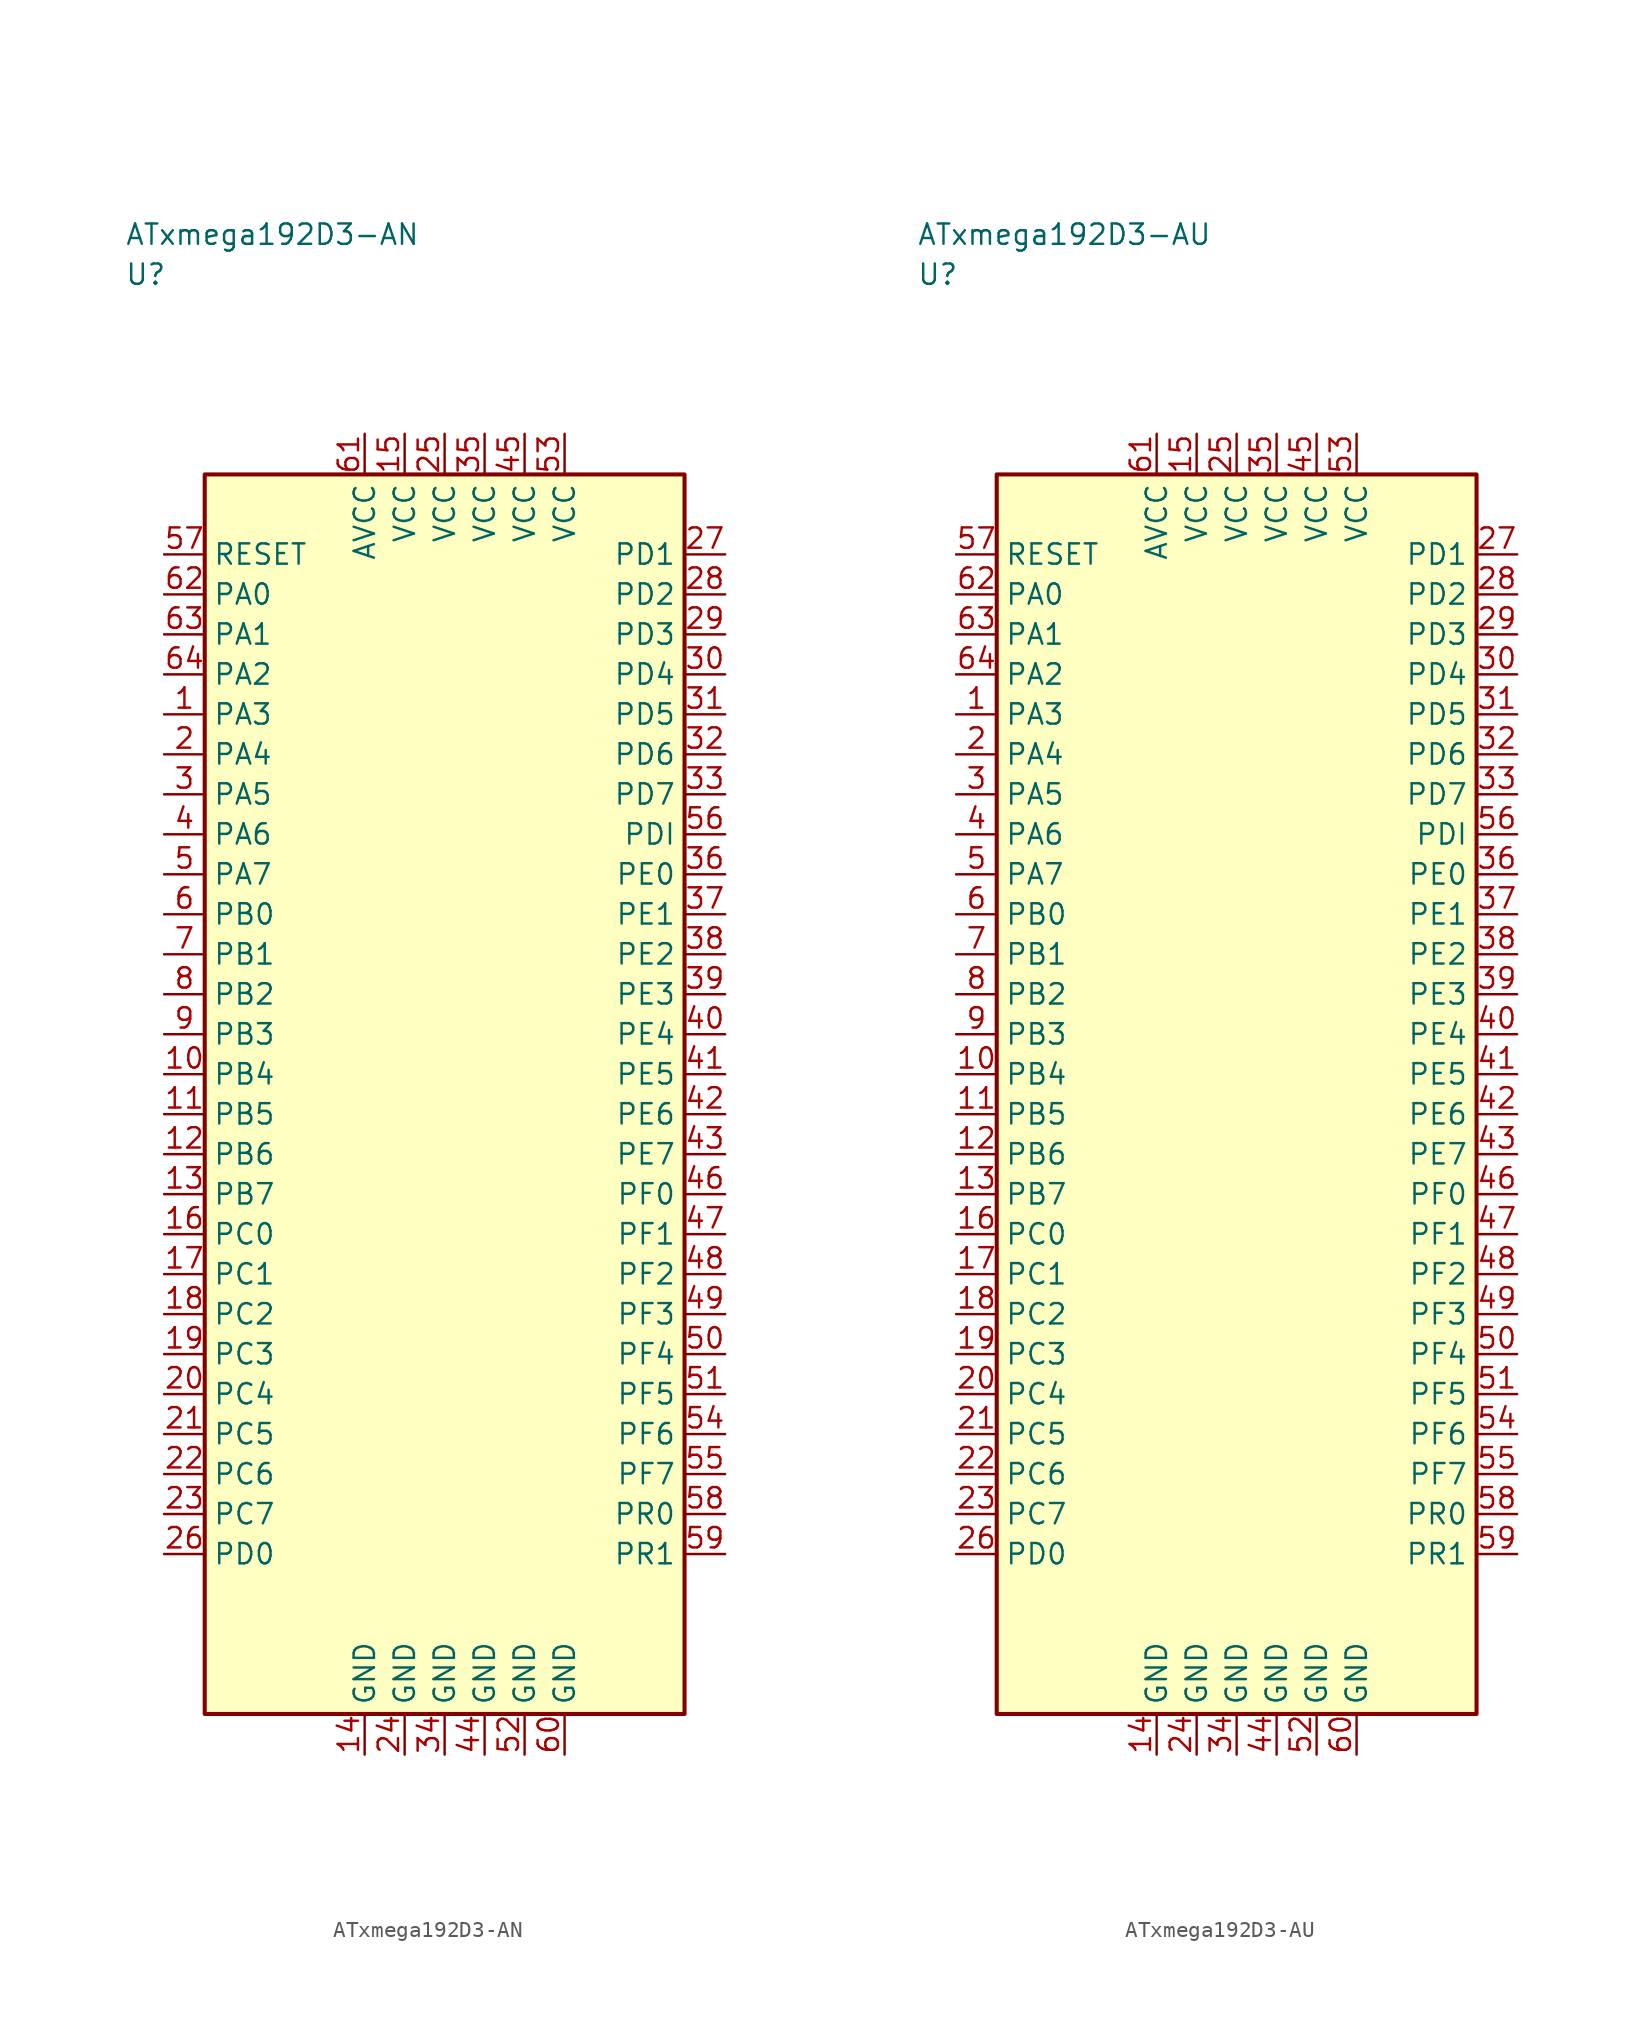
<source format=kicad_sym>
(kicad_symbol_lib
  (version 20241025)
  (generator "kicad_symbol_editor")
  (generator_version "8.0")
  (symbol "ATxmega192D3-AN"
    (property "Reference" "U"
      (at -20.0 51.25 0)
      (effects (font (size 1.27 1.27)) (justify left)))
    (property "Value" "ATxmega192D3-AN"
      (at -20.0 53.75 0)
      (effects (font (size 1.27 1.27)) (justify left)))
    (symbol "ATxmega192D3-AN_0_1"
      (rectangle (start -15.0 38.75) (end 15.0 -38.75) (stroke (width 0.254) (type default)) (fill (type background))))
    (symbol "ATxmega192D3-AN_1_1"
      (pin bidirectional line (at -17.54 23.75 0.0) (length 2.54) (name "PA3" (effects (font (size 1.27 1.27)))) (number "1" (effects (font (size 1.27 1.27)))))
      (pin bidirectional line (at -17.54 21.25 0.0) (length 2.54) (name "PA4" (effects (font (size 1.27 1.27)))) (number "2" (effects (font (size 1.27 1.27)))))
      (pin bidirectional line (at -17.54 18.75 0.0) (length 2.54) (name "PA5" (effects (font (size 1.27 1.27)))) (number "3" (effects (font (size 1.27 1.27)))))
      (pin bidirectional line (at -17.54 16.25 0.0) (length 2.54) (name "PA6" (effects (font (size 1.27 1.27)))) (number "4" (effects (font (size 1.27 1.27)))))
      (pin bidirectional line (at -17.54 13.75 0.0) (length 2.54) (name "PA7" (effects (font (size 1.27 1.27)))) (number "5" (effects (font (size 1.27 1.27)))))
      (pin bidirectional line (at -17.54 11.25 0.0) (length 2.54) (name "PB0" (effects (font (size 1.27 1.27)))) (number "6" (effects (font (size 1.27 1.27)))))
      (pin bidirectional line (at -17.54 8.75 0.0) (length 2.54) (name "PB1" (effects (font (size 1.27 1.27)))) (number "7" (effects (font (size 1.27 1.27)))))
      (pin bidirectional line (at -17.54 6.25 0.0) (length 2.54) (name "PB2" (effects (font (size 1.27 1.27)))) (number "8" (effects (font (size 1.27 1.27)))))
      (pin bidirectional line (at -17.54 3.75 0.0) (length 2.54) (name "PB3" (effects (font (size 1.27 1.27)))) (number "9" (effects (font (size 1.27 1.27)))))
      (pin bidirectional line (at -17.54 1.25 0.0) (length 2.54) (name "PB4" (effects (font (size 1.27 1.27)))) (number "10" (effects (font (size 1.27 1.27)))))
      (pin bidirectional line (at -17.54 -1.25 0.0) (length 2.54) (name "PB5" (effects (font (size 1.27 1.27)))) (number "11" (effects (font (size 1.27 1.27)))))
      (pin bidirectional line (at -17.54 -3.75 0.0) (length 2.54) (name "PB6" (effects (font (size 1.27 1.27)))) (number "12" (effects (font (size 1.27 1.27)))))
      (pin bidirectional line (at -17.54 -6.25 0.0) (length 2.54) (name "PB7" (effects (font (size 1.27 1.27)))) (number "13" (effects (font (size 1.27 1.27)))))
      (pin passive line (at -5.0 -41.29 90.0) (length 2.54) (name "GND" (effects (font (size 1.27 1.27)))) (number "14" (effects (font (size 1.27 1.27)))))
      (pin power_in line (at -2.5 41.29 270.0) (length 2.54) (name "VCC" (effects (font (size 1.27 1.27)))) (number "15" (effects (font (size 1.27 1.27)))))
      (pin bidirectional line (at -17.54 -8.75 0.0) (length 2.54) (name "PC0" (effects (font (size 1.27 1.27)))) (number "16" (effects (font (size 1.27 1.27)))))
      (pin bidirectional line (at -17.54 -11.25 0.0) (length 2.54) (name "PC1" (effects (font (size 1.27 1.27)))) (number "17" (effects (font (size 1.27 1.27)))))
      (pin bidirectional line (at -17.54 -13.75 0.0) (length 2.54) (name "PC2" (effects (font (size 1.27 1.27)))) (number "18" (effects (font (size 1.27 1.27)))))
      (pin bidirectional line (at -17.54 -16.25 0.0) (length 2.54) (name "PC3" (effects (font (size 1.27 1.27)))) (number "19" (effects (font (size 1.27 1.27)))))
      (pin bidirectional line (at -17.54 -18.75 0.0) (length 2.54) (name "PC4" (effects (font (size 1.27 1.27)))) (number "20" (effects (font (size 1.27 1.27)))))
      (pin bidirectional line (at -17.54 -21.25 0.0) (length 2.54) (name "PC5" (effects (font (size 1.27 1.27)))) (number "21" (effects (font (size 1.27 1.27)))))
      (pin bidirectional line (at -17.54 -23.75 0.0) (length 2.54) (name "PC6" (effects (font (size 1.27 1.27)))) (number "22" (effects (font (size 1.27 1.27)))))
      (pin bidirectional line (at -17.54 -26.25 0.0) (length 2.54) (name "PC7" (effects (font (size 1.27 1.27)))) (number "23" (effects (font (size 1.27 1.27)))))
      (pin passive line (at -2.5 -41.29 90.0) (length 2.54) (name "GND" (effects (font (size 1.27 1.27)))) (number "24" (effects (font (size 1.27 1.27)))))
      (pin power_in line (at 0.0 41.29 270.0) (length 2.54) (name "VCC" (effects (font (size 1.27 1.27)))) (number "25" (effects (font (size 1.27 1.27)))))
      (pin bidirectional line (at -17.54 -28.75 0.0) (length 2.54) (name "PD0" (effects (font (size 1.27 1.27)))) (number "26" (effects (font (size 1.27 1.27)))))
      (pin bidirectional line (at 17.54 33.75 180.0) (length 2.54) (name "PD1" (effects (font (size 1.27 1.27)))) (number "27" (effects (font (size 1.27 1.27)))))
      (pin bidirectional line (at 17.54 31.25 180.0) (length 2.54) (name "PD2" (effects (font (size 1.27 1.27)))) (number "28" (effects (font (size 1.27 1.27)))))
      (pin bidirectional line (at 17.54 28.75 180.0) (length 2.54) (name "PD3" (effects (font (size 1.27 1.27)))) (number "29" (effects (font (size 1.27 1.27)))))
      (pin bidirectional line (at 17.54 26.25 180.0) (length 2.54) (name "PD4" (effects (font (size 1.27 1.27)))) (number "30" (effects (font (size 1.27 1.27)))))
      (pin bidirectional line (at 17.54 23.75 180.0) (length 2.54) (name "PD5" (effects (font (size 1.27 1.27)))) (number "31" (effects (font (size 1.27 1.27)))))
      (pin bidirectional line (at 17.54 21.25 180.0) (length 2.54) (name "PD6" (effects (font (size 1.27 1.27)))) (number "32" (effects (font (size 1.27 1.27)))))
      (pin bidirectional line (at 17.54 18.75 180.0) (length 2.54) (name "PD7" (effects (font (size 1.27 1.27)))) (number "33" (effects (font (size 1.27 1.27)))))
      (pin passive line (at 0.0 -41.29 90.0) (length 2.54) (name "GND" (effects (font (size 1.27 1.27)))) (number "34" (effects (font (size 1.27 1.27)))))
      (pin power_in line (at 2.5 41.29 270.0) (length 2.54) (name "VCC" (effects (font (size 1.27 1.27)))) (number "35" (effects (font (size 1.27 1.27)))))
      (pin bidirectional line (at 17.54 13.75 180.0) (length 2.54) (name "PE0" (effects (font (size 1.27 1.27)))) (number "36" (effects (font (size 1.27 1.27)))))
      (pin bidirectional line (at 17.54 11.25 180.0) (length 2.54) (name "PE1" (effects (font (size 1.27 1.27)))) (number "37" (effects (font (size 1.27 1.27)))))
      (pin bidirectional line (at 17.54 8.75 180.0) (length 2.54) (name "PE2" (effects (font (size 1.27 1.27)))) (number "38" (effects (font (size 1.27 1.27)))))
      (pin bidirectional line (at 17.54 6.25 180.0) (length 2.54) (name "PE3" (effects (font (size 1.27 1.27)))) (number "39" (effects (font (size 1.27 1.27)))))
      (pin bidirectional line (at 17.54 3.75 180.0) (length 2.54) (name "PE4" (effects (font (size 1.27 1.27)))) (number "40" (effects (font (size 1.27 1.27)))))
      (pin bidirectional line (at 17.54 1.25 180.0) (length 2.54) (name "PE5" (effects (font (size 1.27 1.27)))) (number "41" (effects (font (size 1.27 1.27)))))
      (pin bidirectional line (at 17.54 -1.25 180.0) (length 2.54) (name "PE6" (effects (font (size 1.27 1.27)))) (number "42" (effects (font (size 1.27 1.27)))))
      (pin bidirectional line (at 17.54 -3.75 180.0) (length 2.54) (name "PE7" (effects (font (size 1.27 1.27)))) (number "43" (effects (font (size 1.27 1.27)))))
      (pin passive line (at 2.5 -41.29 90.0) (length 2.54) (name "GND" (effects (font (size 1.27 1.27)))) (number "44" (effects (font (size 1.27 1.27)))))
      (pin power_in line (at 5.0 41.29 270.0) (length 2.54) (name "VCC" (effects (font (size 1.27 1.27)))) (number "45" (effects (font (size 1.27 1.27)))))
      (pin bidirectional line (at 17.54 -6.25 180.0) (length 2.54) (name "PF0" (effects (font (size 1.27 1.27)))) (number "46" (effects (font (size 1.27 1.27)))))
      (pin bidirectional line (at 17.54 -8.75 180.0) (length 2.54) (name "PF1" (effects (font (size 1.27 1.27)))) (number "47" (effects (font (size 1.27 1.27)))))
      (pin bidirectional line (at 17.54 -11.25 180.0) (length 2.54) (name "PF2" (effects (font (size 1.27 1.27)))) (number "48" (effects (font (size 1.27 1.27)))))
      (pin bidirectional line (at 17.54 -13.75 180.0) (length 2.54) (name "PF3" (effects (font (size 1.27 1.27)))) (number "49" (effects (font (size 1.27 1.27)))))
      (pin bidirectional line (at 17.54 -16.25 180.0) (length 2.54) (name "PF4" (effects (font (size 1.27 1.27)))) (number "50" (effects (font (size 1.27 1.27)))))
      (pin bidirectional line (at 17.54 -18.75 180.0) (length 2.54) (name "PF5" (effects (font (size 1.27 1.27)))) (number "51" (effects (font (size 1.27 1.27)))))
      (pin passive line (at 5.0 -41.29 90.0) (length 2.54) (name "GND" (effects (font (size 1.27 1.27)))) (number "52" (effects (font (size 1.27 1.27)))))
      (pin power_in line (at 7.5 41.29 270.0) (length 2.54) (name "VCC" (effects (font (size 1.27 1.27)))) (number "53" (effects (font (size 1.27 1.27)))))
      (pin bidirectional line (at 17.54 -21.25 180.0) (length 2.54) (name "PF6" (effects (font (size 1.27 1.27)))) (number "54" (effects (font (size 1.27 1.27)))))
      (pin bidirectional line (at 17.54 -23.75 180.0) (length 2.54) (name "PF7" (effects (font (size 1.27 1.27)))) (number "55" (effects (font (size 1.27 1.27)))))
      (pin bidirectional line (at 17.54 16.25 180.0) (length 2.54) (name "PDI" (effects (font (size 1.27 1.27)))) (number "56" (effects (font (size 1.27 1.27)))))
      (pin input line (at -17.54 33.75 0.0) (length 2.54) (name "RESET" (effects (font (size 1.27 1.27)))) (number "57" (effects (font (size 1.27 1.27)))))
      (pin bidirectional line (at 17.54 -26.25 180.0) (length 2.54) (name "PR0" (effects (font (size 1.27 1.27)))) (number "58" (effects (font (size 1.27 1.27)))))
      (pin bidirectional line (at 17.54 -28.75 180.0) (length 2.54) (name "PR1" (effects (font (size 1.27 1.27)))) (number "59" (effects (font (size 1.27 1.27)))))
      (pin passive line (at 7.5 -41.29 90.0) (length 2.54) (name "GND" (effects (font (size 1.27 1.27)))) (number "60" (effects (font (size 1.27 1.27)))))
      (pin power_in line (at -5.0 41.29 270.0) (length 2.54) (name "AVCC" (effects (font (size 1.27 1.27)))) (number "61" (effects (font (size 1.27 1.27)))))
      (pin bidirectional line (at -17.54 31.25 0.0) (length 2.54) (name "PA0" (effects (font (size 1.27 1.27)))) (number "62" (effects (font (size 1.27 1.27)))))
      (pin bidirectional line (at -17.54 28.75 0.0) (length 2.54) (name "PA1" (effects (font (size 1.27 1.27)))) (number "63" (effects (font (size 1.27 1.27)))))
      (pin bidirectional line (at -17.54 26.25 0.0) (length 2.54) (name "PA2" (effects (font (size 1.27 1.27)))) (number "64" (effects (font (size 1.27 1.27)))))))
  (symbol "ATxmega192D3-AU"
    (property "Reference" "U"
      (at -20.0 51.25 0)
      (effects (font (size 1.27 1.27)) (justify left)))
    (property "Value" "ATxmega192D3-AU"
      (at -20.0 53.75 0)
      (effects (font (size 1.27 1.27)) (justify left)))
    (symbol "ATxmega192D3-AU_0_1"
      (rectangle (start -15.0 38.75) (end 15.0 -38.75) (stroke (width 0.254) (type default)) (fill (type background))))
    (symbol "ATxmega192D3-AU_1_1"
      (pin bidirectional line (at -17.54 23.75 0.0) (length 2.54) (name "PA3" (effects (font (size 1.27 1.27)))) (number "1" (effects (font (size 1.27 1.27)))))
      (pin bidirectional line (at -17.54 21.25 0.0) (length 2.54) (name "PA4" (effects (font (size 1.27 1.27)))) (number "2" (effects (font (size 1.27 1.27)))))
      (pin bidirectional line (at -17.54 18.75 0.0) (length 2.54) (name "PA5" (effects (font (size 1.27 1.27)))) (number "3" (effects (font (size 1.27 1.27)))))
      (pin bidirectional line (at -17.54 16.25 0.0) (length 2.54) (name "PA6" (effects (font (size 1.27 1.27)))) (number "4" (effects (font (size 1.27 1.27)))))
      (pin bidirectional line (at -17.54 13.75 0.0) (length 2.54) (name "PA7" (effects (font (size 1.27 1.27)))) (number "5" (effects (font (size 1.27 1.27)))))
      (pin bidirectional line (at -17.54 11.25 0.0) (length 2.54) (name "PB0" (effects (font (size 1.27 1.27)))) (number "6" (effects (font (size 1.27 1.27)))))
      (pin bidirectional line (at -17.54 8.75 0.0) (length 2.54) (name "PB1" (effects (font (size 1.27 1.27)))) (number "7" (effects (font (size 1.27 1.27)))))
      (pin bidirectional line (at -17.54 6.25 0.0) (length 2.54) (name "PB2" (effects (font (size 1.27 1.27)))) (number "8" (effects (font (size 1.27 1.27)))))
      (pin bidirectional line (at -17.54 3.75 0.0) (length 2.54) (name "PB3" (effects (font (size 1.27 1.27)))) (number "9" (effects (font (size 1.27 1.27)))))
      (pin bidirectional line (at -17.54 1.25 0.0) (length 2.54) (name "PB4" (effects (font (size 1.27 1.27)))) (number "10" (effects (font (size 1.27 1.27)))))
      (pin bidirectional line (at -17.54 -1.25 0.0) (length 2.54) (name "PB5" (effects (font (size 1.27 1.27)))) (number "11" (effects (font (size 1.27 1.27)))))
      (pin bidirectional line (at -17.54 -3.75 0.0) (length 2.54) (name "PB6" (effects (font (size 1.27 1.27)))) (number "12" (effects (font (size 1.27 1.27)))))
      (pin bidirectional line (at -17.54 -6.25 0.0) (length 2.54) (name "PB7" (effects (font (size 1.27 1.27)))) (number "13" (effects (font (size 1.27 1.27)))))
      (pin passive line (at -5.0 -41.29 90.0) (length 2.54) (name "GND" (effects (font (size 1.27 1.27)))) (number "14" (effects (font (size 1.27 1.27)))))
      (pin power_in line (at -2.5 41.29 270.0) (length 2.54) (name "VCC" (effects (font (size 1.27 1.27)))) (number "15" (effects (font (size 1.27 1.27)))))
      (pin bidirectional line (at -17.54 -8.75 0.0) (length 2.54) (name "PC0" (effects (font (size 1.27 1.27)))) (number "16" (effects (font (size 1.27 1.27)))))
      (pin bidirectional line (at -17.54 -11.25 0.0) (length 2.54) (name "PC1" (effects (font (size 1.27 1.27)))) (number "17" (effects (font (size 1.27 1.27)))))
      (pin bidirectional line (at -17.54 -13.75 0.0) (length 2.54) (name "PC2" (effects (font (size 1.27 1.27)))) (number "18" (effects (font (size 1.27 1.27)))))
      (pin bidirectional line (at -17.54 -16.25 0.0) (length 2.54) (name "PC3" (effects (font (size 1.27 1.27)))) (number "19" (effects (font (size 1.27 1.27)))))
      (pin bidirectional line (at -17.54 -18.75 0.0) (length 2.54) (name "PC4" (effects (font (size 1.27 1.27)))) (number "20" (effects (font (size 1.27 1.27)))))
      (pin bidirectional line (at -17.54 -21.25 0.0) (length 2.54) (name "PC5" (effects (font (size 1.27 1.27)))) (number "21" (effects (font (size 1.27 1.27)))))
      (pin bidirectional line (at -17.54 -23.75 0.0) (length 2.54) (name "PC6" (effects (font (size 1.27 1.27)))) (number "22" (effects (font (size 1.27 1.27)))))
      (pin bidirectional line (at -17.54 -26.25 0.0) (length 2.54) (name "PC7" (effects (font (size 1.27 1.27)))) (number "23" (effects (font (size 1.27 1.27)))))
      (pin passive line (at -2.5 -41.29 90.0) (length 2.54) (name "GND" (effects (font (size 1.27 1.27)))) (number "24" (effects (font (size 1.27 1.27)))))
      (pin power_in line (at 0.0 41.29 270.0) (length 2.54) (name "VCC" (effects (font (size 1.27 1.27)))) (number "25" (effects (font (size 1.27 1.27)))))
      (pin bidirectional line (at -17.54 -28.75 0.0) (length 2.54) (name "PD0" (effects (font (size 1.27 1.27)))) (number "26" (effects (font (size 1.27 1.27)))))
      (pin bidirectional line (at 17.54 33.75 180.0) (length 2.54) (name "PD1" (effects (font (size 1.27 1.27)))) (number "27" (effects (font (size 1.27 1.27)))))
      (pin bidirectional line (at 17.54 31.25 180.0) (length 2.54) (name "PD2" (effects (font (size 1.27 1.27)))) (number "28" (effects (font (size 1.27 1.27)))))
      (pin bidirectional line (at 17.54 28.75 180.0) (length 2.54) (name "PD3" (effects (font (size 1.27 1.27)))) (number "29" (effects (font (size 1.27 1.27)))))
      (pin bidirectional line (at 17.54 26.25 180.0) (length 2.54) (name "PD4" (effects (font (size 1.27 1.27)))) (number "30" (effects (font (size 1.27 1.27)))))
      (pin bidirectional line (at 17.54 23.75 180.0) (length 2.54) (name "PD5" (effects (font (size 1.27 1.27)))) (number "31" (effects (font (size 1.27 1.27)))))
      (pin bidirectional line (at 17.54 21.25 180.0) (length 2.54) (name "PD6" (effects (font (size 1.27 1.27)))) (number "32" (effects (font (size 1.27 1.27)))))
      (pin bidirectional line (at 17.54 18.75 180.0) (length 2.54) (name "PD7" (effects (font (size 1.27 1.27)))) (number "33" (effects (font (size 1.27 1.27)))))
      (pin passive line (at 0.0 -41.29 90.0) (length 2.54) (name "GND" (effects (font (size 1.27 1.27)))) (number "34" (effects (font (size 1.27 1.27)))))
      (pin power_in line (at 2.5 41.29 270.0) (length 2.54) (name "VCC" (effects (font (size 1.27 1.27)))) (number "35" (effects (font (size 1.27 1.27)))))
      (pin bidirectional line (at 17.54 13.75 180.0) (length 2.54) (name "PE0" (effects (font (size 1.27 1.27)))) (number "36" (effects (font (size 1.27 1.27)))))
      (pin bidirectional line (at 17.54 11.25 180.0) (length 2.54) (name "PE1" (effects (font (size 1.27 1.27)))) (number "37" (effects (font (size 1.27 1.27)))))
      (pin bidirectional line (at 17.54 8.75 180.0) (length 2.54) (name "PE2" (effects (font (size 1.27 1.27)))) (number "38" (effects (font (size 1.27 1.27)))))
      (pin bidirectional line (at 17.54 6.25 180.0) (length 2.54) (name "PE3" (effects (font (size 1.27 1.27)))) (number "39" (effects (font (size 1.27 1.27)))))
      (pin bidirectional line (at 17.54 3.75 180.0) (length 2.54) (name "PE4" (effects (font (size 1.27 1.27)))) (number "40" (effects (font (size 1.27 1.27)))))
      (pin bidirectional line (at 17.54 1.25 180.0) (length 2.54) (name "PE5" (effects (font (size 1.27 1.27)))) (number "41" (effects (font (size 1.27 1.27)))))
      (pin bidirectional line (at 17.54 -1.25 180.0) (length 2.54) (name "PE6" (effects (font (size 1.27 1.27)))) (number "42" (effects (font (size 1.27 1.27)))))
      (pin bidirectional line (at 17.54 -3.75 180.0) (length 2.54) (name "PE7" (effects (font (size 1.27 1.27)))) (number "43" (effects (font (size 1.27 1.27)))))
      (pin passive line (at 2.5 -41.29 90.0) (length 2.54) (name "GND" (effects (font (size 1.27 1.27)))) (number "44" (effects (font (size 1.27 1.27)))))
      (pin power_in line (at 5.0 41.29 270.0) (length 2.54) (name "VCC" (effects (font (size 1.27 1.27)))) (number "45" (effects (font (size 1.27 1.27)))))
      (pin bidirectional line (at 17.54 -6.25 180.0) (length 2.54) (name "PF0" (effects (font (size 1.27 1.27)))) (number "46" (effects (font (size 1.27 1.27)))))
      (pin bidirectional line (at 17.54 -8.75 180.0) (length 2.54) (name "PF1" (effects (font (size 1.27 1.27)))) (number "47" (effects (font (size 1.27 1.27)))))
      (pin bidirectional line (at 17.54 -11.25 180.0) (length 2.54) (name "PF2" (effects (font (size 1.27 1.27)))) (number "48" (effects (font (size 1.27 1.27)))))
      (pin bidirectional line (at 17.54 -13.75 180.0) (length 2.54) (name "PF3" (effects (font (size 1.27 1.27)))) (number "49" (effects (font (size 1.27 1.27)))))
      (pin bidirectional line (at 17.54 -16.25 180.0) (length 2.54) (name "PF4" (effects (font (size 1.27 1.27)))) (number "50" (effects (font (size 1.27 1.27)))))
      (pin bidirectional line (at 17.54 -18.75 180.0) (length 2.54) (name "PF5" (effects (font (size 1.27 1.27)))) (number "51" (effects (font (size 1.27 1.27)))))
      (pin passive line (at 5.0 -41.29 90.0) (length 2.54) (name "GND" (effects (font (size 1.27 1.27)))) (number "52" (effects (font (size 1.27 1.27)))))
      (pin power_in line (at 7.5 41.29 270.0) (length 2.54) (name "VCC" (effects (font (size 1.27 1.27)))) (number "53" (effects (font (size 1.27 1.27)))))
      (pin bidirectional line (at 17.54 -21.25 180.0) (length 2.54) (name "PF6" (effects (font (size 1.27 1.27)))) (number "54" (effects (font (size 1.27 1.27)))))
      (pin bidirectional line (at 17.54 -23.75 180.0) (length 2.54) (name "PF7" (effects (font (size 1.27 1.27)))) (number "55" (effects (font (size 1.27 1.27)))))
      (pin bidirectional line (at 17.54 16.25 180.0) (length 2.54) (name "PDI" (effects (font (size 1.27 1.27)))) (number "56" (effects (font (size 1.27 1.27)))))
      (pin input line (at -17.54 33.75 0.0) (length 2.54) (name "RESET" (effects (font (size 1.27 1.27)))) (number "57" (effects (font (size 1.27 1.27)))))
      (pin bidirectional line (at 17.54 -26.25 180.0) (length 2.54) (name "PR0" (effects (font (size 1.27 1.27)))) (number "58" (effects (font (size 1.27 1.27)))))
      (pin bidirectional line (at 17.54 -28.75 180.0) (length 2.54) (name "PR1" (effects (font (size 1.27 1.27)))) (number "59" (effects (font (size 1.27 1.27)))))
      (pin passive line (at 7.5 -41.29 90.0) (length 2.54) (name "GND" (effects (font (size 1.27 1.27)))) (number "60" (effects (font (size 1.27 1.27)))))
      (pin power_in line (at -5.0 41.29 270.0) (length 2.54) (name "AVCC" (effects (font (size 1.27 1.27)))) (number "61" (effects (font (size 1.27 1.27)))))
      (pin bidirectional line (at -17.54 31.25 0.0) (length 2.54) (name "PA0" (effects (font (size 1.27 1.27)))) (number "62" (effects (font (size 1.27 1.27)))))
      (pin bidirectional line (at -17.54 28.75 0.0) (length 2.54) (name "PA1" (effects (font (size 1.27 1.27)))) (number "63" (effects (font (size 1.27 1.27)))))
      (pin bidirectional line (at -17.54 26.25 0.0) (length 2.54) (name "PA2" (effects (font (size 1.27 1.27)))) (number "64" (effects (font (size 1.27 1.27))))))))
</source>
